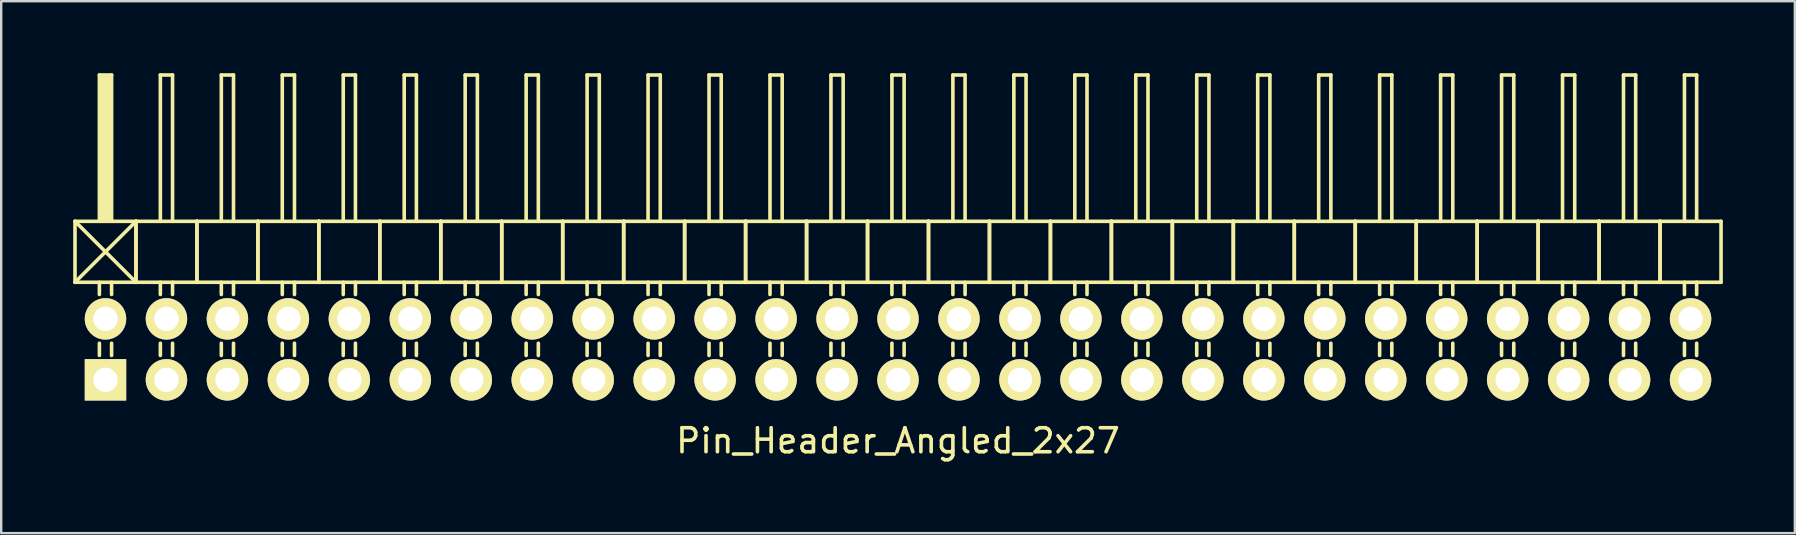
<source format=kicad_pcb>
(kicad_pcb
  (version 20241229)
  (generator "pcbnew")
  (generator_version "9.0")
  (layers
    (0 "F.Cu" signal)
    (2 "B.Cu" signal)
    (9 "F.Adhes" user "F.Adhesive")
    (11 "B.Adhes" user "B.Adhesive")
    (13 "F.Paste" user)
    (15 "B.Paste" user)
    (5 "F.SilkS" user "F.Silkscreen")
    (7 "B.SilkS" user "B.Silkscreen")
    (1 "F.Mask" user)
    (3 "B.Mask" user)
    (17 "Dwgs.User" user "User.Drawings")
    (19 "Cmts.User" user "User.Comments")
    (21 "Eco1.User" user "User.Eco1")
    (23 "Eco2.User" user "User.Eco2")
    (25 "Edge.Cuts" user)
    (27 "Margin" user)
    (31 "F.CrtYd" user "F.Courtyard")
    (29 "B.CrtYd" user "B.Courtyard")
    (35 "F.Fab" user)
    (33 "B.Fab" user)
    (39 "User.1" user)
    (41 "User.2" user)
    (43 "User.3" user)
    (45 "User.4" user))
  (footprint "Pin_Header_Angled_2x27"
    (layer "F.Cu")
    (at 34.365 11.505)
    (property "Reference" "Pin_Header_Angled_2x27" (at 0 3.81 0) (layer "F.SilkS") (effects (font (size 1 1) (thickness 0.15))))
    (attr through_hole)
    (fp_line (start -34.29 -5.334) (end -31.75 -2.794) (stroke (width 0.15) (type solid)) (layer "F.SilkS"))
    (fp_line (start -34.29 -2.794) (end -34.29 -5.334) (stroke (width 0.15) (type solid)) (layer "F.SilkS"))
    (fp_line (start -34.29 -2.794) (end -31.75 -5.334) (stroke (width 0.15) (type solid)) (layer "F.SilkS"))
    (fp_line (start -34.29 -2.794) (end -31.75 -2.794) (stroke (width 0.15) (type solid)) (layer "F.SilkS"))
    (fp_line (start -33.274 -11.43) (end -32.766 -11.43) (stroke (width 0.15) (type solid)) (layer "F.SilkS"))
    (fp_line (start -33.274 -5.334) (end -33.274 -11.43) (stroke (width 0.15) (type solid)) (layer "F.SilkS"))
    (fp_line (start -33.274 -2.794) (end -33.274 -2.286) (stroke (width 0.15) (type solid)) (layer "F.SilkS"))
    (fp_line (start -33.274 -0.254) (end -33.274 0.254) (stroke (width 0.15) (type solid)) (layer "F.SilkS"))
    (fp_line (start -33.147 -11.303) (end -32.893 -11.303) (stroke (width 0.15) (type solid)) (layer "F.SilkS"))
    (fp_line (start -33.147 -5.334) (end -33.147 -11.303) (stroke (width 0.15) (type solid)) (layer "F.SilkS"))
    (fp_line (start -33.02 -5.461) (end -33.02 -11.303) (stroke (width 0.15) (type solid)) (layer "F.SilkS"))
    (fp_line (start -32.893 -11.303) (end -32.893 -5.461) (stroke (width 0.15) (type solid)) (layer "F.SilkS"))
    (fp_line (start -32.893 -5.461) (end -33.02 -5.461) (stroke (width 0.15) (type solid)) (layer "F.SilkS"))
    (fp_line (start -32.766 -11.43) (end -32.766 -5.334) (stroke (width 0.15) (type solid)) (layer "F.SilkS"))
    (fp_line (start -32.766 -2.794) (end -32.766 -2.286) (stroke (width 0.15) (type solid)) (layer "F.SilkS"))
    (fp_line (start -32.766 -0.254) (end -32.766 0.254) (stroke (width 0.15) (type solid)) (layer "F.SilkS"))
    (fp_line (start -31.75 -5.334) (end -34.29 -5.334) (stroke (width 0.15) (type solid)) (layer "F.SilkS"))
    (fp_line (start -31.75 -2.794) (end -31.75 -5.334) (stroke (width 0.15) (type solid)) (layer "F.SilkS"))
    (fp_line (start -31.75 -2.794) (end -31.75 -5.334) (stroke (width 0.15) (type solid)) (layer "F.SilkS"))
    (fp_line (start -31.75 -2.794) (end -29.21 -2.794) (stroke (width 0.15) (type solid)) (layer "F.SilkS"))
    (fp_line (start -30.734 -11.43) (end -30.226 -11.43) (stroke (width 0.15) (type solid)) (layer "F.SilkS"))
    (fp_line (start -30.734 -5.334) (end -30.734 -11.43) (stroke (width 0.15) (type solid)) (layer "F.SilkS"))
    (fp_line (start -30.734 -2.794) (end -30.734 -2.286) (stroke (width 0.15) (type solid)) (layer "F.SilkS"))
    (fp_line (start -30.734 -0.254) (end -30.734 0.254) (stroke (width 0.15) (type solid)) (layer "F.SilkS"))
    (fp_line (start -30.226 -11.43) (end -30.226 -5.334) (stroke (width 0.15) (type solid)) (layer "F.SilkS"))
    (fp_line (start -30.226 -2.794) (end -30.226 -2.286) (stroke (width 0.15) (type solid)) (layer "F.SilkS"))
    (fp_line (start -30.226 -0.254) (end -30.226 0.254) (stroke (width 0.15) (type solid)) (layer "F.SilkS"))
    (fp_line (start -29.21 -5.334) (end -31.75 -5.334) (stroke (width 0.15) (type solid)) (layer "F.SilkS"))
    (fp_line (start -29.21 -2.794) (end -29.21 -5.334) (stroke (width 0.15) (type solid)) (layer "F.SilkS"))
    (fp_line (start -29.21 -2.794) (end -29.21 -5.334) (stroke (width 0.15) (type solid)) (layer "F.SilkS"))
    (fp_line (start -29.21 -2.794) (end -26.67 -2.794) (stroke (width 0.15) (type solid)) (layer "F.SilkS"))
    (fp_line (start -28.194 -11.43) (end -27.686 -11.43) (stroke (width 0.15) (type solid)) (layer "F.SilkS"))
    (fp_line (start -28.194 -5.334) (end -28.194 -11.43) (stroke (width 0.15) (type solid)) (layer "F.SilkS"))
    (fp_line (start -28.194 -2.794) (end -28.194 -2.286) (stroke (width 0.15) (type solid)) (layer "F.SilkS"))
    (fp_line (start -28.194 -0.254) (end -28.194 0.254) (stroke (width 0.15) (type solid)) (layer "F.SilkS"))
    (fp_line (start -27.686 -11.43) (end -27.686 -5.334) (stroke (width 0.15) (type solid)) (layer "F.SilkS"))
    (fp_line (start -27.686 -2.794) (end -27.686 -2.286) (stroke (width 0.15) (type solid)) (layer "F.SilkS"))
    (fp_line (start -27.686 -0.254) (end -27.686 0.254) (stroke (width 0.15) (type solid)) (layer "F.SilkS"))
    (fp_line (start -26.67 -5.334) (end -29.21 -5.334) (stroke (width 0.15) (type solid)) (layer "F.SilkS"))
    (fp_line (start -26.67 -2.794) (end -26.67 -5.334) (stroke (width 0.15) (type solid)) (layer "F.SilkS"))
    (fp_line (start -26.67 -2.794) (end -26.67 -5.334) (stroke (width 0.15) (type solid)) (layer "F.SilkS"))
    (fp_line (start -26.67 -2.794) (end -24.13 -2.794) (stroke (width 0.15) (type solid)) (layer "F.SilkS"))
    (fp_line (start -25.654 -11.43) (end -25.146 -11.43) (stroke (width 0.15) (type solid)) (layer "F.SilkS"))
    (fp_line (start -25.654 -5.334) (end -25.654 -11.43) (stroke (width 0.15) (type solid)) (layer "F.SilkS"))
    (fp_line (start -25.654 -2.794) (end -25.654 -2.286) (stroke (width 0.15) (type solid)) (layer "F.SilkS"))
    (fp_line (start -25.654 -0.254) (end -25.654 0.254) (stroke (width 0.15) (type solid)) (layer "F.SilkS"))
    (fp_line (start -25.146 -11.43) (end -25.146 -5.334) (stroke (width 0.15) (type solid)) (layer "F.SilkS"))
    (fp_line (start -25.146 -2.794) (end -25.146 -2.286) (stroke (width 0.15) (type solid)) (layer "F.SilkS"))
    (fp_line (start -25.146 -0.254) (end -25.146 0.254) (stroke (width 0.15) (type solid)) (layer "F.SilkS"))
    (fp_line (start -24.13 -5.334) (end -26.67 -5.334) (stroke (width 0.15) (type solid)) (layer "F.SilkS"))
    (fp_line (start -24.13 -2.794) (end -24.13 -5.334) (stroke (width 0.15) (type solid)) (layer "F.SilkS"))
    (fp_line (start -24.13 -2.794) (end -24.13 -5.334) (stroke (width 0.15) (type solid)) (layer "F.SilkS"))
    (fp_line (start -24.13 -2.794) (end -21.59 -2.794) (stroke (width 0.15) (type solid)) (layer "F.SilkS"))
    (fp_line (start -23.114 -11.43) (end -22.606 -11.43) (stroke (width 0.15) (type solid)) (layer "F.SilkS"))
    (fp_line (start -23.114 -5.334) (end -23.114 -11.43) (stroke (width 0.15) (type solid)) (layer "F.SilkS"))
    (fp_line (start -23.114 -2.794) (end -23.114 -2.286) (stroke (width 0.15) (type solid)) (layer "F.SilkS"))
    (fp_line (start -23.114 -0.254) (end -23.114 0.254) (stroke (width 0.15) (type solid)) (layer "F.SilkS"))
    (fp_line (start -22.606 -11.43) (end -22.606 -5.334) (stroke (width 0.15) (type solid)) (layer "F.SilkS"))
    (fp_line (start -22.606 -2.794) (end -22.606 -2.286) (stroke (width 0.15) (type solid)) (layer "F.SilkS"))
    (fp_line (start -22.606 -0.254) (end -22.606 0.254) (stroke (width 0.15) (type solid)) (layer "F.SilkS"))
    (fp_line (start -21.59 -5.334) (end -24.13 -5.334) (stroke (width 0.15) (type solid)) (layer "F.SilkS"))
    (fp_line (start -21.59 -2.794) (end -21.59 -5.334) (stroke (width 0.15) (type solid)) (layer "F.SilkS"))
    (fp_line (start -21.59 -2.794) (end -21.59 -5.334) (stroke (width 0.15) (type solid)) (layer "F.SilkS"))
    (fp_line (start -21.59 -2.794) (end -19.05 -2.794) (stroke (width 0.15) (type solid)) (layer "F.SilkS"))
    (fp_line (start -20.574 -11.43) (end -20.066 -11.43) (stroke (width 0.15) (type solid)) (layer "F.SilkS"))
    (fp_line (start -20.574 -5.334) (end -20.574 -11.43) (stroke (width 0.15) (type solid)) (layer "F.SilkS"))
    (fp_line (start -20.574 -2.794) (end -20.574 -2.286) (stroke (width 0.15) (type solid)) (layer "F.SilkS"))
    (fp_line (start -20.574 -0.254) (end -20.574 0.254) (stroke (width 0.15) (type solid)) (layer "F.SilkS"))
    (fp_line (start -20.066 -11.43) (end -20.066 -5.334) (stroke (width 0.15) (type solid)) (layer "F.SilkS"))
    (fp_line (start -20.066 -2.794) (end -20.066 -2.286) (stroke (width 0.15) (type solid)) (layer "F.SilkS"))
    (fp_line (start -20.066 -0.254) (end -20.066 0.254) (stroke (width 0.15) (type solid)) (layer "F.SilkS"))
    (fp_line (start -19.05 -5.334) (end -21.59 -5.334) (stroke (width 0.15) (type solid)) (layer "F.SilkS"))
    (fp_line (start -19.05 -2.794) (end -19.05 -5.334) (stroke (width 0.15) (type solid)) (layer "F.SilkS"))
    (fp_line (start -19.05 -2.794) (end -19.05 -5.334) (stroke (width 0.15) (type solid)) (layer "F.SilkS"))
    (fp_line (start -19.05 -2.794) (end -16.51 -2.794) (stroke (width 0.15) (type solid)) (layer "F.SilkS"))
    (fp_line (start -18.034 -11.43) (end -17.526 -11.43) (stroke (width 0.15) (type solid)) (layer "F.SilkS"))
    (fp_line (start -18.034 -5.334) (end -18.034 -11.43) (stroke (width 0.15) (type solid)) (layer "F.SilkS"))
    (fp_line (start -18.034 -2.794) (end -18.034 -2.286) (stroke (width 0.15) (type solid)) (layer "F.SilkS"))
    (fp_line (start -18.034 -0.254) (end -18.034 0.254) (stroke (width 0.15) (type solid)) (layer "F.SilkS"))
    (fp_line (start -17.526 -11.43) (end -17.526 -5.334) (stroke (width 0.15) (type solid)) (layer "F.SilkS"))
    (fp_line (start -17.526 -2.794) (end -17.526 -2.286) (stroke (width 0.15) (type solid)) (layer "F.SilkS"))
    (fp_line (start -17.526 -0.254) (end -17.526 0.254) (stroke (width 0.15) (type solid)) (layer "F.SilkS"))
    (fp_line (start -16.51 -5.334) (end -19.05 -5.334) (stroke (width 0.15) (type solid)) (layer "F.SilkS"))
    (fp_line (start -16.51 -2.794) (end -16.51 -5.334) (stroke (width 0.15) (type solid)) (layer "F.SilkS"))
    (fp_line (start -16.51 -2.794) (end -16.51 -5.334) (stroke (width 0.15) (type solid)) (layer "F.SilkS"))
    (fp_line (start -16.51 -2.794) (end -13.97 -2.794) (stroke (width 0.15) (type solid)) (layer "F.SilkS"))
    (fp_line (start -15.494 -11.43) (end -14.986 -11.43) (stroke (width 0.15) (type solid)) (layer "F.SilkS"))
    (fp_line (start -15.494 -5.334) (end -15.494 -11.43) (stroke (width 0.15) (type solid)) (layer "F.SilkS"))
    (fp_line (start -15.494 -2.794) (end -15.494 -2.286) (stroke (width 0.15) (type solid)) (layer "F.SilkS"))
    (fp_line (start -15.494 -0.254) (end -15.494 0.254) (stroke (width 0.15) (type solid)) (layer "F.SilkS"))
    (fp_line (start -14.986 -11.43) (end -14.986 -5.334) (stroke (width 0.15) (type solid)) (layer "F.SilkS"))
    (fp_line (start -14.986 -2.794) (end -14.986 -2.286) (stroke (width 0.15) (type solid)) (layer "F.SilkS"))
    (fp_line (start -14.986 -0.254) (end -14.986 0.254) (stroke (width 0.15) (type solid)) (layer "F.SilkS"))
    (fp_line (start -13.97 -5.334) (end -16.51 -5.334) (stroke (width 0.15) (type solid)) (layer "F.SilkS"))
    (fp_line (start -13.97 -2.794) (end -13.97 -5.334) (stroke (width 0.15) (type solid)) (layer "F.SilkS"))
    (fp_line (start -13.97 -2.794) (end -13.97 -5.334) (stroke (width 0.15) (type solid)) (layer "F.SilkS"))
    (fp_line (start -13.97 -2.794) (end -11.43 -2.794) (stroke (width 0.15) (type solid)) (layer "F.SilkS"))
    (fp_line (start -12.954 -11.43) (end -12.446 -11.43) (stroke (width 0.15) (type solid)) (layer "F.SilkS"))
    (fp_line (start -12.954 -5.334) (end -12.954 -11.43) (stroke (width 0.15) (type solid)) (layer "F.SilkS"))
    (fp_line (start -12.954 -2.794) (end -12.954 -2.286) (stroke (width 0.15) (type solid)) (layer "F.SilkS"))
    (fp_line (start -12.954 -0.254) (end -12.954 0.254) (stroke (width 0.15) (type solid)) (layer "F.SilkS"))
    (fp_line (start -12.446 -11.43) (end -12.446 -5.334) (stroke (width 0.15) (type solid)) (layer "F.SilkS"))
    (fp_line (start -12.446 -2.794) (end -12.446 -2.286) (stroke (width 0.15) (type solid)) (layer "F.SilkS"))
    (fp_line (start -12.446 -0.254) (end -12.446 0.254) (stroke (width 0.15) (type solid)) (layer "F.SilkS"))
    (fp_line (start -11.43 -5.334) (end -13.97 -5.334) (stroke (width 0.15) (type solid)) (layer "F.SilkS"))
    (fp_line (start -11.43 -2.794) (end -11.43 -5.334) (stroke (width 0.15) (type solid)) (layer "F.SilkS"))
    (fp_line (start -11.43 -2.794) (end -11.43 -5.334) (stroke (width 0.15) (type solid)) (layer "F.SilkS"))
    (fp_line (start -11.43 -2.794) (end -8.89 -2.794) (stroke (width 0.15) (type solid)) (layer "F.SilkS"))
    (fp_line (start -10.414 -11.43) (end -9.906 -11.43) (stroke (width 0.15) (type solid)) (layer "F.SilkS"))
    (fp_line (start -10.414 -5.334) (end -10.414 -11.43) (stroke (width 0.15) (type solid)) (layer "F.SilkS"))
    (fp_line (start -10.414 -2.794) (end -10.414 -2.286) (stroke (width 0.15) (type solid)) (layer "F.SilkS"))
    (fp_line (start -10.414 -0.254) (end -10.414 0.254) (stroke (width 0.15) (type solid)) (layer "F.SilkS"))
    (fp_line (start -9.906 -11.43) (end -9.906 -5.334) (stroke (width 0.15) (type solid)) (layer "F.SilkS"))
    (fp_line (start -9.906 -2.794) (end -9.906 -2.286) (stroke (width 0.15) (type solid)) (layer "F.SilkS"))
    (fp_line (start -9.906 -0.254) (end -9.906 0.254) (stroke (width 0.15) (type solid)) (layer "F.SilkS"))
    (fp_line (start -8.89 -5.334) (end -11.43 -5.334) (stroke (width 0.15) (type solid)) (layer "F.SilkS"))
    (fp_line (start -8.89 -2.794) (end -8.89 -5.334) (stroke (width 0.15) (type solid)) (layer "F.SilkS"))
    (fp_line (start -8.89 -2.794) (end -8.89 -5.334) (stroke (width 0.15) (type solid)) (layer "F.SilkS"))
    (fp_line (start -8.89 -2.794) (end -6.35 -2.794) (stroke (width 0.15) (type solid)) (layer "F.SilkS"))
    (fp_line (start -7.874 -11.43) (end -7.366 -11.43) (stroke (width 0.15) (type solid)) (layer "F.SilkS"))
    (fp_line (start -7.874 -5.334) (end -7.874 -11.43) (stroke (width 0.15) (type solid)) (layer "F.SilkS"))
    (fp_line (start -7.874 -2.794) (end -7.874 -2.286) (stroke (width 0.15) (type solid)) (layer "F.SilkS"))
    (fp_line (start -7.874 -0.254) (end -7.874 0.254) (stroke (width 0.15) (type solid)) (layer "F.SilkS"))
    (fp_line (start -7.366 -11.43) (end -7.366 -5.334) (stroke (width 0.15) (type solid)) (layer "F.SilkS"))
    (fp_line (start -7.366 -2.794) (end -7.366 -2.286) (stroke (width 0.15) (type solid)) (layer "F.SilkS"))
    (fp_line (start -7.366 -0.254) (end -7.366 0.254) (stroke (width 0.15) (type solid)) (layer "F.SilkS"))
    (fp_line (start -6.35 -5.334) (end -8.89 -5.334) (stroke (width 0.15) (type solid)) (layer "F.SilkS"))
    (fp_line (start -6.35 -2.794) (end -6.35 -5.334) (stroke (width 0.15) (type solid)) (layer "F.SilkS"))
    (fp_line (start -6.35 -2.794) (end -6.35 -5.334) (stroke (width 0.15) (type solid)) (layer "F.SilkS"))
    (fp_line (start -6.35 -2.794) (end -3.81 -2.794) (stroke (width 0.15) (type solid)) (layer "F.SilkS"))
    (fp_line (start -5.334 -11.43) (end -4.826 -11.43) (stroke (width 0.15) (type solid)) (layer "F.SilkS"))
    (fp_line (start -5.334 -5.334) (end -5.334 -11.43) (stroke (width 0.15) (type solid)) (layer "F.SilkS"))
    (fp_line (start -5.334 -2.794) (end -5.334 -2.286) (stroke (width 0.15) (type solid)) (layer "F.SilkS"))
    (fp_line (start -5.334 -0.254) (end -5.334 0.254) (stroke (width 0.15) (type solid)) (layer "F.SilkS"))
    (fp_line (start -4.826 -11.43) (end -4.826 -5.334) (stroke (width 0.15) (type solid)) (layer "F.SilkS"))
    (fp_line (start -4.826 -2.794) (end -4.826 -2.286) (stroke (width 0.15) (type solid)) (layer "F.SilkS"))
    (fp_line (start -4.826 -0.254) (end -4.826 0.254) (stroke (width 0.15) (type solid)) (layer "F.SilkS"))
    (fp_line (start -3.81 -5.334) (end -6.35 -5.334) (stroke (width 0.15) (type solid)) (layer "F.SilkS"))
    (fp_line (start -3.81 -2.794) (end -3.81 -5.334) (stroke (width 0.15) (type solid)) (layer "F.SilkS"))
    (fp_line (start -3.81 -2.794) (end -3.81 -5.334) (stroke (width 0.15) (type solid)) (layer "F.SilkS"))
    (fp_line (start -3.81 -2.794) (end -1.27 -2.794) (stroke (width 0.15) (type solid)) (layer "F.SilkS"))
    (fp_line (start -2.794 -11.43) (end -2.286 -11.43) (stroke (width 0.15) (type solid)) (layer "F.SilkS"))
    (fp_line (start -2.794 -5.334) (end -2.794 -11.43) (stroke (width 0.15) (type solid)) (layer "F.SilkS"))
    (fp_line (start -2.794 -2.794) (end -2.794 -2.286) (stroke (width 0.15) (type solid)) (layer "F.SilkS"))
    (fp_line (start -2.794 -0.254) (end -2.794 0.254) (stroke (width 0.15) (type solid)) (layer "F.SilkS"))
    (fp_line (start -2.286 -11.43) (end -2.286 -5.334) (stroke (width 0.15) (type solid)) (layer "F.SilkS"))
    (fp_line (start -2.286 -2.794) (end -2.286 -2.286) (stroke (width 0.15) (type solid)) (layer "F.SilkS"))
    (fp_line (start -2.286 -0.254) (end -2.286 0.254) (stroke (width 0.15) (type solid)) (layer "F.SilkS"))
    (fp_line (start -1.27 -5.334) (end -3.81 -5.334) (stroke (width 0.15) (type solid)) (layer "F.SilkS"))
    (fp_line (start -1.27 -2.794) (end -1.27 -5.334) (stroke (width 0.15) (type solid)) (layer "F.SilkS"))
    (fp_line (start -1.27 -2.794) (end -1.27 -5.334) (stroke (width 0.15) (type solid)) (layer "F.SilkS"))
    (fp_line (start -1.27 -2.794) (end 1.27 -2.794) (stroke (width 0.15) (type solid)) (layer "F.SilkS"))
    (fp_line (start -0.254 -11.43) (end 0.254 -11.43) (stroke (width 0.15) (type solid)) (layer "F.SilkS"))
    (fp_line (start -0.254 -5.334) (end -0.254 -11.43) (stroke (width 0.15) (type solid)) (layer "F.SilkS"))
    (fp_line (start -0.254 -2.794) (end -0.254 -2.286) (stroke (width 0.15) (type solid)) (layer "F.SilkS"))
    (fp_line (start -0.254 -0.254) (end -0.254 0.254) (stroke (width 0.15) (type solid)) (layer "F.SilkS"))
    (fp_line (start 0.254 -11.43) (end 0.254 -5.334) (stroke (width 0.15) (type solid)) (layer "F.SilkS"))
    (fp_line (start 0.254 -2.794) (end 0.254 -2.286) (stroke (width 0.15) (type solid)) (layer "F.SilkS"))
    (fp_line (start 0.254 -0.254) (end 0.254 0.254) (stroke (width 0.15) (type solid)) (layer "F.SilkS"))
    (fp_line (start 1.27 -5.334) (end -1.27 -5.334) (stroke (width 0.15) (type solid)) (layer "F.SilkS"))
    (fp_line (start 1.27 -2.794) (end 1.27 -5.334) (stroke (width 0.15) (type solid)) (layer "F.SilkS"))
    (fp_line (start 1.27 -2.794) (end 1.27 -5.334) (stroke (width 0.15) (type solid)) (layer "F.SilkS"))
    (fp_line (start 1.27 -2.794) (end 3.81 -2.794) (stroke (width 0.15) (type solid)) (layer "F.SilkS"))
    (fp_line (start 2.286 -11.43) (end 2.794 -11.43) (stroke (width 0.15) (type solid)) (layer "F.SilkS"))
    (fp_line (start 2.286 -5.334) (end 2.286 -11.43) (stroke (width 0.15) (type solid)) (layer "F.SilkS"))
    (fp_line (start 2.286 -2.794) (end 2.286 -2.286) (stroke (width 0.15) (type solid)) (layer "F.SilkS"))
    (fp_line (start 2.286 -0.254) (end 2.286 0.254) (stroke (width 0.15) (type solid)) (layer "F.SilkS"))
    (fp_line (start 2.794 -11.43) (end 2.794 -5.334) (stroke (width 0.15) (type solid)) (layer "F.SilkS"))
    (fp_line (start 2.794 -2.794) (end 2.794 -2.286) (stroke (width 0.15) (type solid)) (layer "F.SilkS"))
    (fp_line (start 2.794 -0.254) (end 2.794 0.254) (stroke (width 0.15) (type solid)) (layer "F.SilkS"))
    (fp_line (start 3.81 -5.334) (end 1.27 -5.334) (stroke (width 0.15) (type solid)) (layer "F.SilkS"))
    (fp_line (start 3.81 -2.794) (end 3.81 -5.334) (stroke (width 0.15) (type solid)) (layer "F.SilkS"))
    (fp_line (start 3.81 -2.794) (end 3.81 -5.334) (stroke (width 0.15) (type solid)) (layer "F.SilkS"))
    (fp_line (start 3.81 -2.794) (end 6.35 -2.794) (stroke (width 0.15) (type solid)) (layer "F.SilkS"))
    (fp_line (start 4.826 -11.43) (end 5.334 -11.43) (stroke (width 0.15) (type solid)) (layer "F.SilkS"))
    (fp_line (start 4.826 -5.334) (end 4.826 -11.43) (stroke (width 0.15) (type solid)) (layer "F.SilkS"))
    (fp_line (start 4.826 -2.794) (end 4.826 -2.286) (stroke (width 0.15) (type solid)) (layer "F.SilkS"))
    (fp_line (start 4.826 -0.254) (end 4.826 0.254) (stroke (width 0.15) (type solid)) (layer "F.SilkS"))
    (fp_line (start 5.334 -11.43) (end 5.334 -5.334) (stroke (width 0.15) (type solid)) (layer "F.SilkS"))
    (fp_line (start 5.334 -2.794) (end 5.334 -2.286) (stroke (width 0.15) (type solid)) (layer "F.SilkS"))
    (fp_line (start 5.334 -0.254) (end 5.334 0.254) (stroke (width 0.15) (type solid)) (layer "F.SilkS"))
    (fp_line (start 6.35 -5.334) (end 3.81 -5.334) (stroke (width 0.15) (type solid)) (layer "F.SilkS"))
    (fp_line (start 6.35 -2.794) (end 6.35 -5.334) (stroke (width 0.15) (type solid)) (layer "F.SilkS"))
    (fp_line (start 6.35 -2.794) (end 6.35 -5.334) (stroke (width 0.15) (type solid)) (layer "F.SilkS"))
    (fp_line (start 6.35 -2.794) (end 8.89 -2.794) (stroke (width 0.15) (type solid)) (layer "F.SilkS"))
    (fp_line (start 7.366 -11.43) (end 7.874 -11.43) (stroke (width 0.15) (type solid)) (layer "F.SilkS"))
    (fp_line (start 7.366 -5.334) (end 7.366 -11.43) (stroke (width 0.15) (type solid)) (layer "F.SilkS"))
    (fp_line (start 7.366 -2.794) (end 7.366 -2.286) (stroke (width 0.15) (type solid)) (layer "F.SilkS"))
    (fp_line (start 7.366 -0.254) (end 7.366 0.254) (stroke (width 0.15) (type solid)) (layer "F.SilkS"))
    (fp_line (start 7.874 -11.43) (end 7.874 -5.334) (stroke (width 0.15) (type solid)) (layer "F.SilkS"))
    (fp_line (start 7.874 -2.794) (end 7.874 -2.286) (stroke (width 0.15) (type solid)) (layer "F.SilkS"))
    (fp_line (start 7.874 -0.254) (end 7.874 0.254) (stroke (width 0.15) (type solid)) (layer "F.SilkS"))
    (fp_line (start 8.89 -5.334) (end 6.35 -5.334) (stroke (width 0.15) (type solid)) (layer "F.SilkS"))
    (fp_line (start 8.89 -2.794) (end 8.89 -5.334) (stroke (width 0.15) (type solid)) (layer "F.SilkS"))
    (fp_line (start 8.89 -2.794) (end 8.89 -5.334) (stroke (width 0.15) (type solid)) (layer "F.SilkS"))
    (fp_line (start 8.89 -2.794) (end 11.43 -2.794) (stroke (width 0.15) (type solid)) (layer "F.SilkS"))
    (fp_line (start 9.906 -11.43) (end 10.414 -11.43) (stroke (width 0.15) (type solid)) (layer "F.SilkS"))
    (fp_line (start 9.906 -5.334) (end 9.906 -11.43) (stroke (width 0.15) (type solid)) (layer "F.SilkS"))
    (fp_line (start 9.906 -2.794) (end 9.906 -2.286) (stroke (width 0.15) (type solid)) (layer "F.SilkS"))
    (fp_line (start 9.906 -0.254) (end 9.906 0.254) (stroke (width 0.15) (type solid)) (layer "F.SilkS"))
    (fp_line (start 10.414 -11.43) (end 10.414 -5.334) (stroke (width 0.15) (type solid)) (layer "F.SilkS"))
    (fp_line (start 10.414 -2.794) (end 10.414 -2.286) (stroke (width 0.15) (type solid)) (layer "F.SilkS"))
    (fp_line (start 10.414 -0.254) (end 10.414 0.254) (stroke (width 0.15) (type solid)) (layer "F.SilkS"))
    (fp_line (start 11.43 -5.334) (end 8.89 -5.334) (stroke (width 0.15) (type solid)) (layer "F.SilkS"))
    (fp_line (start 11.43 -2.794) (end 11.43 -5.334) (stroke (width 0.15) (type solid)) (layer "F.SilkS"))
    (fp_line (start 11.43 -2.794) (end 11.43 -5.334) (stroke (width 0.15) (type solid)) (layer "F.SilkS"))
    (fp_line (start 11.43 -2.794) (end 13.97 -2.794) (stroke (width 0.15) (type solid)) (layer "F.SilkS"))
    (fp_line (start 12.446 -11.43) (end 12.954 -11.43) (stroke (width 0.15) (type solid)) (layer "F.SilkS"))
    (fp_line (start 12.446 -5.334) (end 12.446 -11.43) (stroke (width 0.15) (type solid)) (layer "F.SilkS"))
    (fp_line (start 12.446 -2.794) (end 12.446 -2.286) (stroke (width 0.15) (type solid)) (layer "F.SilkS"))
    (fp_line (start 12.446 -0.254) (end 12.446 0.254) (stroke (width 0.15) (type solid)) (layer "F.SilkS"))
    (fp_line (start 12.954 -11.43) (end 12.954 -5.334) (stroke (width 0.15) (type solid)) (layer "F.SilkS"))
    (fp_line (start 12.954 -2.794) (end 12.954 -2.286) (stroke (width 0.15) (type solid)) (layer "F.SilkS"))
    (fp_line (start 12.954 -0.254) (end 12.954 0.254) (stroke (width 0.15) (type solid)) (layer "F.SilkS"))
    (fp_line (start 13.97 -5.334) (end 11.43 -5.334) (stroke (width 0.15) (type solid)) (layer "F.SilkS"))
    (fp_line (start 13.97 -2.794) (end 13.97 -5.334) (stroke (width 0.15) (type solid)) (layer "F.SilkS"))
    (fp_line (start 13.97 -2.794) (end 13.97 -5.334) (stroke (width 0.15) (type solid)) (layer "F.SilkS"))
    (fp_line (start 13.97 -2.794) (end 16.51 -2.794) (stroke (width 0.15) (type solid)) (layer "F.SilkS"))
    (fp_line (start 14.986 -11.43) (end 15.494 -11.43) (stroke (width 0.15) (type solid)) (layer "F.SilkS"))
    (fp_line (start 14.986 -5.334) (end 14.986 -11.43) (stroke (width 0.15) (type solid)) (layer "F.SilkS"))
    (fp_line (start 14.986 -2.794) (end 14.986 -2.286) (stroke (width 0.15) (type solid)) (layer "F.SilkS"))
    (fp_line (start 14.986 -0.254) (end 14.986 0.254) (stroke (width 0.15) (type solid)) (layer "F.SilkS"))
    (fp_line (start 15.494 -11.43) (end 15.494 -5.334) (stroke (width 0.15) (type solid)) (layer "F.SilkS"))
    (fp_line (start 15.494 -2.794) (end 15.494 -2.286) (stroke (width 0.15) (type solid)) (layer "F.SilkS"))
    (fp_line (start 15.494 -0.254) (end 15.494 0.254) (stroke (width 0.15) (type solid)) (layer "F.SilkS"))
    (fp_line (start 16.51 -5.334) (end 13.97 -5.334) (stroke (width 0.15) (type solid)) (layer "F.SilkS"))
    (fp_line (start 16.51 -2.794) (end 16.51 -5.334) (stroke (width 0.15) (type solid)) (layer "F.SilkS"))
    (fp_line (start 16.51 -2.794) (end 16.51 -5.334) (stroke (width 0.15) (type solid)) (layer "F.SilkS"))
    (fp_line (start 16.51 -2.794) (end 19.05 -2.794) (stroke (width 0.15) (type solid)) (layer "F.SilkS"))
    (fp_line (start 17.526 -11.43) (end 18.034 -11.43) (stroke (width 0.15) (type solid)) (layer "F.SilkS"))
    (fp_line (start 17.526 -5.334) (end 17.526 -11.43) (stroke (width 0.15) (type solid)) (layer "F.SilkS"))
    (fp_line (start 17.526 -2.794) (end 17.526 -2.286) (stroke (width 0.15) (type solid)) (layer "F.SilkS"))
    (fp_line (start 17.526 -0.254) (end 17.526 0.254) (stroke (width 0.15) (type solid)) (layer "F.SilkS"))
    (fp_line (start 18.034 -11.43) (end 18.034 -5.334) (stroke (width 0.15) (type solid)) (layer "F.SilkS"))
    (fp_line (start 18.034 -2.794) (end 18.034 -2.286) (stroke (width 0.15) (type solid)) (layer "F.SilkS"))
    (fp_line (start 18.034 -0.254) (end 18.034 0.254) (stroke (width 0.15) (type solid)) (layer "F.SilkS"))
    (fp_line (start 19.05 -5.334) (end 16.51 -5.334) (stroke (width 0.15) (type solid)) (layer "F.SilkS"))
    (fp_line (start 19.05 -2.794) (end 19.05 -5.334) (stroke (width 0.15) (type solid)) (layer "F.SilkS"))
    (fp_line (start 19.05 -2.794) (end 19.05 -5.334) (stroke (width 0.15) (type solid)) (layer "F.SilkS"))
    (fp_line (start 19.05 -2.794) (end 21.59 -2.794) (stroke (width 0.15) (type solid)) (layer "F.SilkS"))
    (fp_line (start 20.066 -11.43) (end 20.574 -11.43) (stroke (width 0.15) (type solid)) (layer "F.SilkS"))
    (fp_line (start 20.066 -5.334) (end 20.066 -11.43) (stroke (width 0.15) (type solid)) (layer "F.SilkS"))
    (fp_line (start 20.066 -2.794) (end 20.066 -2.286) (stroke (width 0.15) (type solid)) (layer "F.SilkS"))
    (fp_line (start 20.066 -0.254) (end 20.066 0.254) (stroke (width 0.15) (type solid)) (layer "F.SilkS"))
    (fp_line (start 20.574 -11.43) (end 20.574 -5.334) (stroke (width 0.15) (type solid)) (layer "F.SilkS"))
    (fp_line (start 20.574 -2.794) (end 20.574 -2.286) (stroke (width 0.15) (type solid)) (layer "F.SilkS"))
    (fp_line (start 20.574 -0.254) (end 20.574 0.254) (stroke (width 0.15) (type solid)) (layer "F.SilkS"))
    (fp_line (start 21.59 -5.334) (end 19.05 -5.334) (stroke (width 0.15) (type solid)) (layer "F.SilkS"))
    (fp_line (start 21.59 -2.794) (end 21.59 -5.334) (stroke (width 0.15) (type solid)) (layer "F.SilkS"))
    (fp_line (start 21.59 -2.794) (end 21.59 -5.334) (stroke (width 0.15) (type solid)) (layer "F.SilkS"))
    (fp_line (start 21.59 -2.794) (end 24.13 -2.794) (stroke (width 0.15) (type solid)) (layer "F.SilkS"))
    (fp_line (start 22.606 -11.43) (end 23.114 -11.43) (stroke (width 0.15) (type solid)) (layer "F.SilkS"))
    (fp_line (start 22.606 -5.334) (end 22.606 -11.43) (stroke (width 0.15) (type solid)) (layer "F.SilkS"))
    (fp_line (start 22.606 -2.794) (end 22.606 -2.286) (stroke (width 0.15) (type solid)) (layer "F.SilkS"))
    (fp_line (start 22.606 -0.254) (end 22.606 0.254) (stroke (width 0.15) (type solid)) (layer "F.SilkS"))
    (fp_line (start 23.114 -11.43) (end 23.114 -5.334) (stroke (width 0.15) (type solid)) (layer "F.SilkS"))
    (fp_line (start 23.114 -2.794) (end 23.114 -2.286) (stroke (width 0.15) (type solid)) (layer "F.SilkS"))
    (fp_line (start 23.114 -0.254) (end 23.114 0.254) (stroke (width 0.15) (type solid)) (layer "F.SilkS"))
    (fp_line (start 24.13 -5.334) (end 21.59 -5.334) (stroke (width 0.15) (type solid)) (layer "F.SilkS"))
    (fp_line (start 24.13 -2.794) (end 24.13 -5.334) (stroke (width 0.15) (type solid)) (layer "F.SilkS"))
    (fp_line (start 24.13 -2.794) (end 24.13 -5.334) (stroke (width 0.15) (type solid)) (layer "F.SilkS"))
    (fp_line (start 24.13 -2.794) (end 26.67 -2.794) (stroke (width 0.15) (type solid)) (layer "F.SilkS"))
    (fp_line (start 25.146 -11.43) (end 25.654 -11.43) (stroke (width 0.15) (type solid)) (layer "F.SilkS"))
    (fp_line (start 25.146 -5.334) (end 25.146 -11.43) (stroke (width 0.15) (type solid)) (layer "F.SilkS"))
    (fp_line (start 25.146 -2.794) (end 25.146 -2.286) (stroke (width 0.15) (type solid)) (layer "F.SilkS"))
    (fp_line (start 25.146 -0.254) (end 25.146 0.254) (stroke (width 0.15) (type solid)) (layer "F.SilkS"))
    (fp_line (start 25.654 -11.43) (end 25.654 -5.334) (stroke (width 0.15) (type solid)) (layer "F.SilkS"))
    (fp_line (start 25.654 -2.794) (end 25.654 -2.286) (stroke (width 0.15) (type solid)) (layer "F.SilkS"))
    (fp_line (start 25.654 -0.254) (end 25.654 0.254) (stroke (width 0.15) (type solid)) (layer "F.SilkS"))
    (fp_line (start 26.67 -5.334) (end 24.13 -5.334) (stroke (width 0.15) (type solid)) (layer "F.SilkS"))
    (fp_line (start 26.67 -2.794) (end 26.67 -5.334) (stroke (width 0.15) (type solid)) (layer "F.SilkS"))
    (fp_line (start 26.67 -2.794) (end 26.67 -5.334) (stroke (width 0.15) (type solid)) (layer "F.SilkS"))
    (fp_line (start 26.67 -2.794) (end 29.21 -2.794) (stroke (width 0.15) (type solid)) (layer "F.SilkS"))
    (fp_line (start 27.686 -11.43) (end 28.194 -11.43) (stroke (width 0.15) (type solid)) (layer "F.SilkS"))
    (fp_line (start 27.686 -5.334) (end 27.686 -11.43) (stroke (width 0.15) (type solid)) (layer "F.SilkS"))
    (fp_line (start 27.686 -2.794) (end 27.686 -2.286) (stroke (width 0.15) (type solid)) (layer "F.SilkS"))
    (fp_line (start 27.686 -0.254) (end 27.686 0.254) (stroke (width 0.15) (type solid)) (layer "F.SilkS"))
    (fp_line (start 28.194 -11.43) (end 28.194 -5.334) (stroke (width 0.15) (type solid)) (layer "F.SilkS"))
    (fp_line (start 28.194 -2.794) (end 28.194 -2.286) (stroke (width 0.15) (type solid)) (layer "F.SilkS"))
    (fp_line (start 28.194 -0.254) (end 28.194 0.254) (stroke (width 0.15) (type solid)) (layer "F.SilkS"))
    (fp_line (start 29.21 -5.334) (end 26.67 -5.334) (stroke (width 0.15) (type solid)) (layer "F.SilkS"))
    (fp_line (start 29.21 -2.794) (end 29.21 -5.334) (stroke (width 0.15) (type solid)) (layer "F.SilkS"))
    (fp_line (start 29.21 -2.794) (end 29.21 -5.334) (stroke (width 0.15) (type solid)) (layer "F.SilkS"))
    (fp_line (start 29.21 -2.794) (end 31.75 -2.794) (stroke (width 0.15) (type solid)) (layer "F.SilkS"))
    (fp_line (start 30.226 -11.43) (end 30.734 -11.43) (stroke (width 0.15) (type solid)) (layer "F.SilkS"))
    (fp_line (start 30.226 -5.334) (end 30.226 -11.43) (stroke (width 0.15) (type solid)) (layer "F.SilkS"))
    (fp_line (start 30.226 -2.794) (end 30.226 -2.286) (stroke (width 0.15) (type solid)) (layer "F.SilkS"))
    (fp_line (start 30.226 -0.254) (end 30.226 0.254) (stroke (width 0.15) (type solid)) (layer "F.SilkS"))
    (fp_line (start 30.734 -11.43) (end 30.734 -5.334) (stroke (width 0.15) (type solid)) (layer "F.SilkS"))
    (fp_line (start 30.734 -2.794) (end 30.734 -2.286) (stroke (width 0.15) (type solid)) (layer "F.SilkS"))
    (fp_line (start 30.734 -0.254) (end 30.734 0.254) (stroke (width 0.15) (type solid)) (layer "F.SilkS"))
    (fp_line (start 31.75 -5.334) (end 29.21 -5.334) (stroke (width 0.15) (type solid)) (layer "F.SilkS"))
    (fp_line (start 31.75 -2.794) (end 31.75 -5.334) (stroke (width 0.15) (type solid)) (layer "F.SilkS"))
    (fp_line (start 31.75 -2.794) (end 31.75 -5.334) (stroke (width 0.15) (type solid)) (layer "F.SilkS"))
    (fp_line (start 31.75 -2.794) (end 34.29 -2.794) (stroke (width 0.15) (type solid)) (layer "F.SilkS"))
    (fp_line (start 32.766 -11.43) (end 33.274 -11.43) (stroke (width 0.15) (type solid)) (layer "F.SilkS"))
    (fp_line (start 32.766 -5.334) (end 32.766 -11.43) (stroke (width 0.15) (type solid)) (layer "F.SilkS"))
    (fp_line (start 32.766 -2.794) (end 32.766 -2.286) (stroke (width 0.15) (type solid)) (layer "F.SilkS"))
    (fp_line (start 32.766 -0.254) (end 32.766 0.254) (stroke (width 0.15) (type solid)) (layer "F.SilkS"))
    (fp_line (start 33.274 -11.43) (end 33.274 -5.334) (stroke (width 0.15) (type solid)) (layer "F.SilkS"))
    (fp_line (start 33.274 -2.794) (end 33.274 -2.286) (stroke (width 0.15) (type solid)) (layer "F.SilkS"))
    (fp_line (start 33.274 -0.254) (end 33.274 0.254) (stroke (width 0.15) (type solid)) (layer "F.SilkS"))
    (fp_line (start 34.29 -5.334) (end 31.75 -5.334) (stroke (width 0.15) (type solid)) (layer "F.SilkS"))
    (fp_line (start 34.29 -2.794) (end 34.29 -5.334) (stroke (width 0.15) (type solid)) (layer "F.SilkS"))
    (pad "1" thru_hole rect (at -33.02 1.27) (size 1.727 1.727) (drill 1.016) (layers "*.Cu" "*.Mask" "F.SilkS"))
    (pad "2" thru_hole oval (at -33.02 -1.27) (size 1.727 1.727) (drill 1.016) (layers "*.Cu" "*.Mask" "F.SilkS"))
    (pad "3" thru_hole oval (at -30.48 1.27) (size 1.727 1.727) (drill 1.016) (layers "*.Cu" "*.Mask" "F.SilkS"))
    (pad "4" thru_hole oval (at -30.48 -1.27) (size 1.727 1.727) (drill 1.016) (layers "*.Cu" "*.Mask" "F.SilkS"))
    (pad "5" thru_hole oval (at -27.94 1.27) (size 1.727 1.727) (drill 1.016) (layers "*.Cu" "*.Mask" "F.SilkS"))
    (pad "6" thru_hole oval (at -27.94 -1.27) (size 1.727 1.727) (drill 1.016) (layers "*.Cu" "*.Mask" "F.SilkS"))
    (pad "7" thru_hole oval (at -25.4 1.27) (size 1.727 1.727) (drill 1.016) (layers "*.Cu" "*.Mask" "F.SilkS"))
    (pad "8" thru_hole oval (at -25.4 -1.27) (size 1.727 1.727) (drill 1.016) (layers "*.Cu" "*.Mask" "F.SilkS"))
    (pad "9" thru_hole oval (at -22.86 1.27) (size 1.727 1.727) (drill 1.016) (layers "*.Cu" "*.Mask" "F.SilkS"))
    (pad "10" thru_hole oval (at -22.86 -1.27) (size 1.727 1.727) (drill 1.016) (layers "*.Cu" "*.Mask" "F.SilkS"))
    (pad "11" thru_hole oval (at -20.32 1.27) (size 1.727 1.727) (drill 1.016) (layers "*.Cu" "*.Mask" "F.SilkS"))
    (pad "12" thru_hole oval (at -20.32 -1.27) (size 1.727 1.727) (drill 1.016) (layers "*.Cu" "*.Mask" "F.SilkS"))
    (pad "13" thru_hole oval (at -17.78 1.27) (size 1.727 1.727) (drill 1.016) (layers "*.Cu" "*.Mask" "F.SilkS"))
    (pad "14" thru_hole oval (at -17.78 -1.27) (size 1.727 1.727) (drill 1.016) (layers "*.Cu" "*.Mask" "F.SilkS"))
    (pad "15" thru_hole oval (at -15.24 1.27) (size 1.727 1.727) (drill 1.016) (layers "*.Cu" "*.Mask" "F.SilkS"))
    (pad "16" thru_hole oval (at -15.24 -1.27) (size 1.727 1.727) (drill 1.016) (layers "*.Cu" "*.Mask" "F.SilkS"))
    (pad "17" thru_hole oval (at -12.7 1.27) (size 1.727 1.727) (drill 1.016) (layers "*.Cu" "*.Mask" "F.SilkS"))
    (pad "18" thru_hole oval (at -12.7 -1.27) (size 1.727 1.727) (drill 1.016) (layers "*.Cu" "*.Mask" "F.SilkS"))
    (pad "19" thru_hole oval (at -10.16 1.27) (size 1.727 1.727) (drill 1.016) (layers "*.Cu" "*.Mask" "F.SilkS"))
    (pad "20" thru_hole oval (at -10.16 -1.27) (size 1.727 1.727) (drill 1.016) (layers "*.Cu" "*.Mask" "F.SilkS"))
    (pad "21" thru_hole oval (at -7.62 1.27) (size 1.727 1.727) (drill 1.016) (layers "*.Cu" "*.Mask" "F.SilkS"))
    (pad "22" thru_hole oval (at -7.62 -1.27) (size 1.727 1.727) (drill 1.016) (layers "*.Cu" "*.Mask" "F.SilkS"))
    (pad "23" thru_hole oval (at -5.08 1.27) (size 1.727 1.727) (drill 1.016) (layers "*.Cu" "*.Mask" "F.SilkS"))
    (pad "24" thru_hole oval (at -5.08 -1.27) (size 1.727 1.727) (drill 1.016) (layers "*.Cu" "*.Mask" "F.SilkS"))
    (pad "25" thru_hole oval (at -2.54 1.27) (size 1.727 1.727) (drill 1.016) (layers "*.Cu" "*.Mask" "F.SilkS"))
    (pad "26" thru_hole oval (at -2.54 -1.27) (size 1.727 1.727) (drill 1.016) (layers "*.Cu" "*.Mask" "F.SilkS"))
    (pad "27" thru_hole oval (at 0 1.27) (size 1.727 1.727) (drill 1.016) (layers "*.Cu" "*.Mask" "F.SilkS"))
    (pad "28" thru_hole oval (at 0 -1.27) (size 1.727 1.727) (drill 1.016) (layers "*.Cu" "*.Mask" "F.SilkS"))
    (pad "29" thru_hole oval (at 2.54 1.27) (size 1.727 1.727) (drill 1.016) (layers "*.Cu" "*.Mask" "F.SilkS"))
    (pad "30" thru_hole oval (at 2.54 -1.27) (size 1.727 1.727) (drill 1.016) (layers "*.Cu" "*.Mask" "F.SilkS"))
    (pad "31" thru_hole oval (at 5.08 1.27) (size 1.727 1.727) (drill 1.016) (layers "*.Cu" "*.Mask" "F.SilkS"))
    (pad "32" thru_hole oval (at 5.08 -1.27) (size 1.727 1.727) (drill 1.016) (layers "*.Cu" "*.Mask" "F.SilkS"))
    (pad "33" thru_hole oval (at 7.62 1.27) (size 1.727 1.727) (drill 1.016) (layers "*.Cu" "*.Mask" "F.SilkS"))
    (pad "34" thru_hole oval (at 7.62 -1.27) (size 1.727 1.727) (drill 1.016) (layers "*.Cu" "*.Mask" "F.SilkS"))
    (pad "35" thru_hole oval (at 10.16 1.27) (size 1.727 1.727) (drill 1.016) (layers "*.Cu" "*.Mask" "F.SilkS"))
    (pad "36" thru_hole oval (at 10.16 -1.27) (size 1.727 1.727) (drill 1.016) (layers "*.Cu" "*.Mask" "F.SilkS"))
    (pad "37" thru_hole oval (at 12.7 1.27) (size 1.727 1.727) (drill 1.016) (layers "*.Cu" "*.Mask" "F.SilkS"))
    (pad "38" thru_hole oval (at 12.7 -1.27) (size 1.727 1.727) (drill 1.016) (layers "*.Cu" "*.Mask" "F.SilkS"))
    (pad "39" thru_hole oval (at 15.24 1.27) (size 1.727 1.727) (drill 1.016) (layers "*.Cu" "*.Mask" "F.SilkS"))
    (pad "40" thru_hole oval (at 15.24 -1.27) (size 1.727 1.727) (drill 1.016) (layers "*.Cu" "*.Mask" "F.SilkS"))
    (pad "41" thru_hole oval (at 17.78 1.27) (size 1.727 1.727) (drill 1.016) (layers "*.Cu" "*.Mask" "F.SilkS"))
    (pad "42" thru_hole oval (at 17.78 -1.27) (size 1.727 1.727) (drill 1.016) (layers "*.Cu" "*.Mask" "F.SilkS"))
    (pad "43" thru_hole oval (at 20.32 1.27) (size 1.727 1.727) (drill 1.016) (layers "*.Cu" "*.Mask" "F.SilkS"))
    (pad "44" thru_hole oval (at 20.32 -1.27) (size 1.727 1.727) (drill 1.016) (layers "*.Cu" "*.Mask" "F.SilkS"))
    (pad "45" thru_hole oval (at 22.86 1.27) (size 1.727 1.727) (drill 1.016) (layers "*.Cu" "*.Mask" "F.SilkS"))
    (pad "46" thru_hole oval (at 22.86 -1.27) (size 1.727 1.727) (drill 1.016) (layers "*.Cu" "*.Mask" "F.SilkS"))
    (pad "47" thru_hole oval (at 25.4 1.27) (size 1.727 1.727) (drill 1.016) (layers "*.Cu" "*.Mask" "F.SilkS"))
    (pad "48" thru_hole oval (at 25.4 -1.27) (size 1.727 1.727) (drill 1.016) (layers "*.Cu" "*.Mask" "F.SilkS"))
    (pad "49" thru_hole oval (at 27.94 1.27) (size 1.727 1.727) (drill 1.016) (layers "*.Cu" "*.Mask" "F.SilkS"))
    (pad "50" thru_hole oval (at 27.94 -1.27) (size 1.727 1.727) (drill 1.016) (layers "*.Cu" "*.Mask" "F.SilkS"))
    (pad "51" thru_hole oval (at 30.48 1.27) (size 1.727 1.727) (drill 1.016) (layers "*.Cu" "*.Mask" "F.SilkS"))
    (pad "52" thru_hole oval (at 30.48 -1.27) (size 1.727 1.727) (drill 1.016) (layers "*.Cu" "*.Mask" "F.SilkS"))
    (pad "53" thru_hole oval (at 33.02 1.27) (size 1.727 1.727) (drill 1.016) (layers "*.Cu" "*.Mask" "F.SilkS"))
    (pad "54" thru_hole oval (at 33.02 -1.27) (size 1.727 1.727) (drill 1.016) (layers "*.Cu" "*.Mask" "F.SilkS")))
  (gr_rect
    (start -3 -3)
    (end 71.73 19.163)
    (stroke (width 0.1) (type default))
    (fill no)
    (layer "Edge.Cuts")))
</source>
